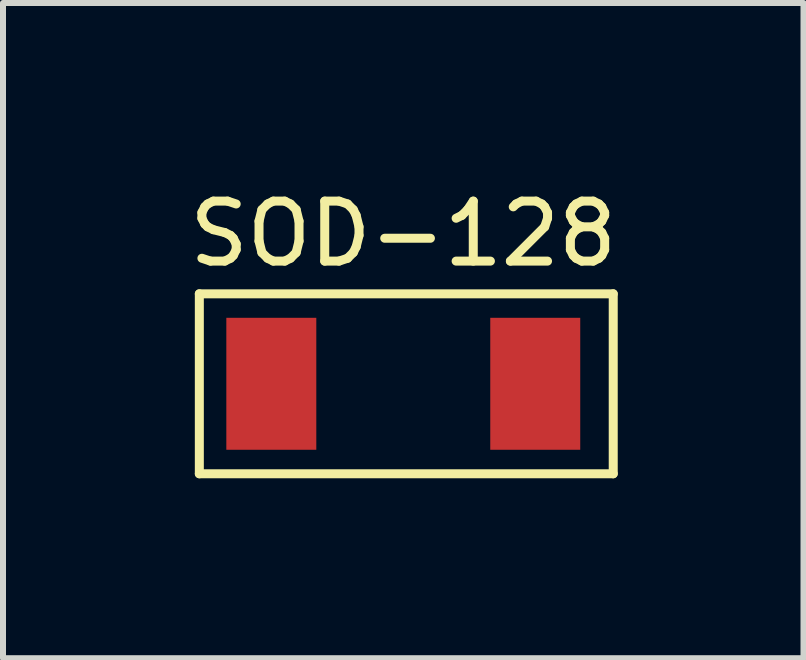
<source format=kicad_pcb>
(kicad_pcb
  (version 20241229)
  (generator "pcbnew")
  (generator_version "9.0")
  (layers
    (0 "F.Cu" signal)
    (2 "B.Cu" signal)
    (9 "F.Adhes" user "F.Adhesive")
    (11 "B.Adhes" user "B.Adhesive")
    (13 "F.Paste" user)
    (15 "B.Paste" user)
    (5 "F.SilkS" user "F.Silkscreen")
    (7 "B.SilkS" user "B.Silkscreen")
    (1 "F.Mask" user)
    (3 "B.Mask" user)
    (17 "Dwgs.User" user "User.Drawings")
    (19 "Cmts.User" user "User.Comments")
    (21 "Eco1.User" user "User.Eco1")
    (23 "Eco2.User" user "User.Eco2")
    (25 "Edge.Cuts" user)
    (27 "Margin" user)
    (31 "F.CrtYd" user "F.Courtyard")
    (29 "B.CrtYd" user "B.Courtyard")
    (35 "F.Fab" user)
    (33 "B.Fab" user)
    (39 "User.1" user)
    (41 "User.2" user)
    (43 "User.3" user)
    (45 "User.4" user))
  (footprint "SOD-128"
    (layer "F.Cu")
    (at 3.673 3.348)
    (property "Reference" "SOD-128" (at 0 -2.5 0) (layer "F.SilkS") (effects (font (size 1 1) (thickness 0.15))))
    (attr through_hole)
    (fp_line (start -3.4 -1.5) (end 3.5 -1.5) (stroke (width 0.15) (type solid)) (layer "F.SilkS"))
    (fp_line (start -3.4 1.5) (end -3.4 -1.5) (stroke (width 0.15) (type solid)) (layer "F.SilkS"))
    (fp_line (start 3.5 -1.5) (end 3.5 1.5) (stroke (width 0.15) (type solid)) (layer "F.SilkS"))
    (fp_line (start 3.5 1.5) (end -3.4 1.5) (stroke (width 0.15) (type solid)) (layer "F.SilkS"))
    (pad "1" smd rect (at -2.2 0) (size 1.5 2.2) (layers "F.Cu" "F.Mask" "F.Paste"))
    (pad "2" smd rect (at 2.2 0) (size 1.5 2.2) (layers "F.Cu" "F.Mask" "F.Paste")))
  (gr_rect
    (start -3 -3)
    (end 10.345 7.923)
    (stroke (width 0.1) (type default))
    (fill no)
    (layer "Edge.Cuts")))
</source>
